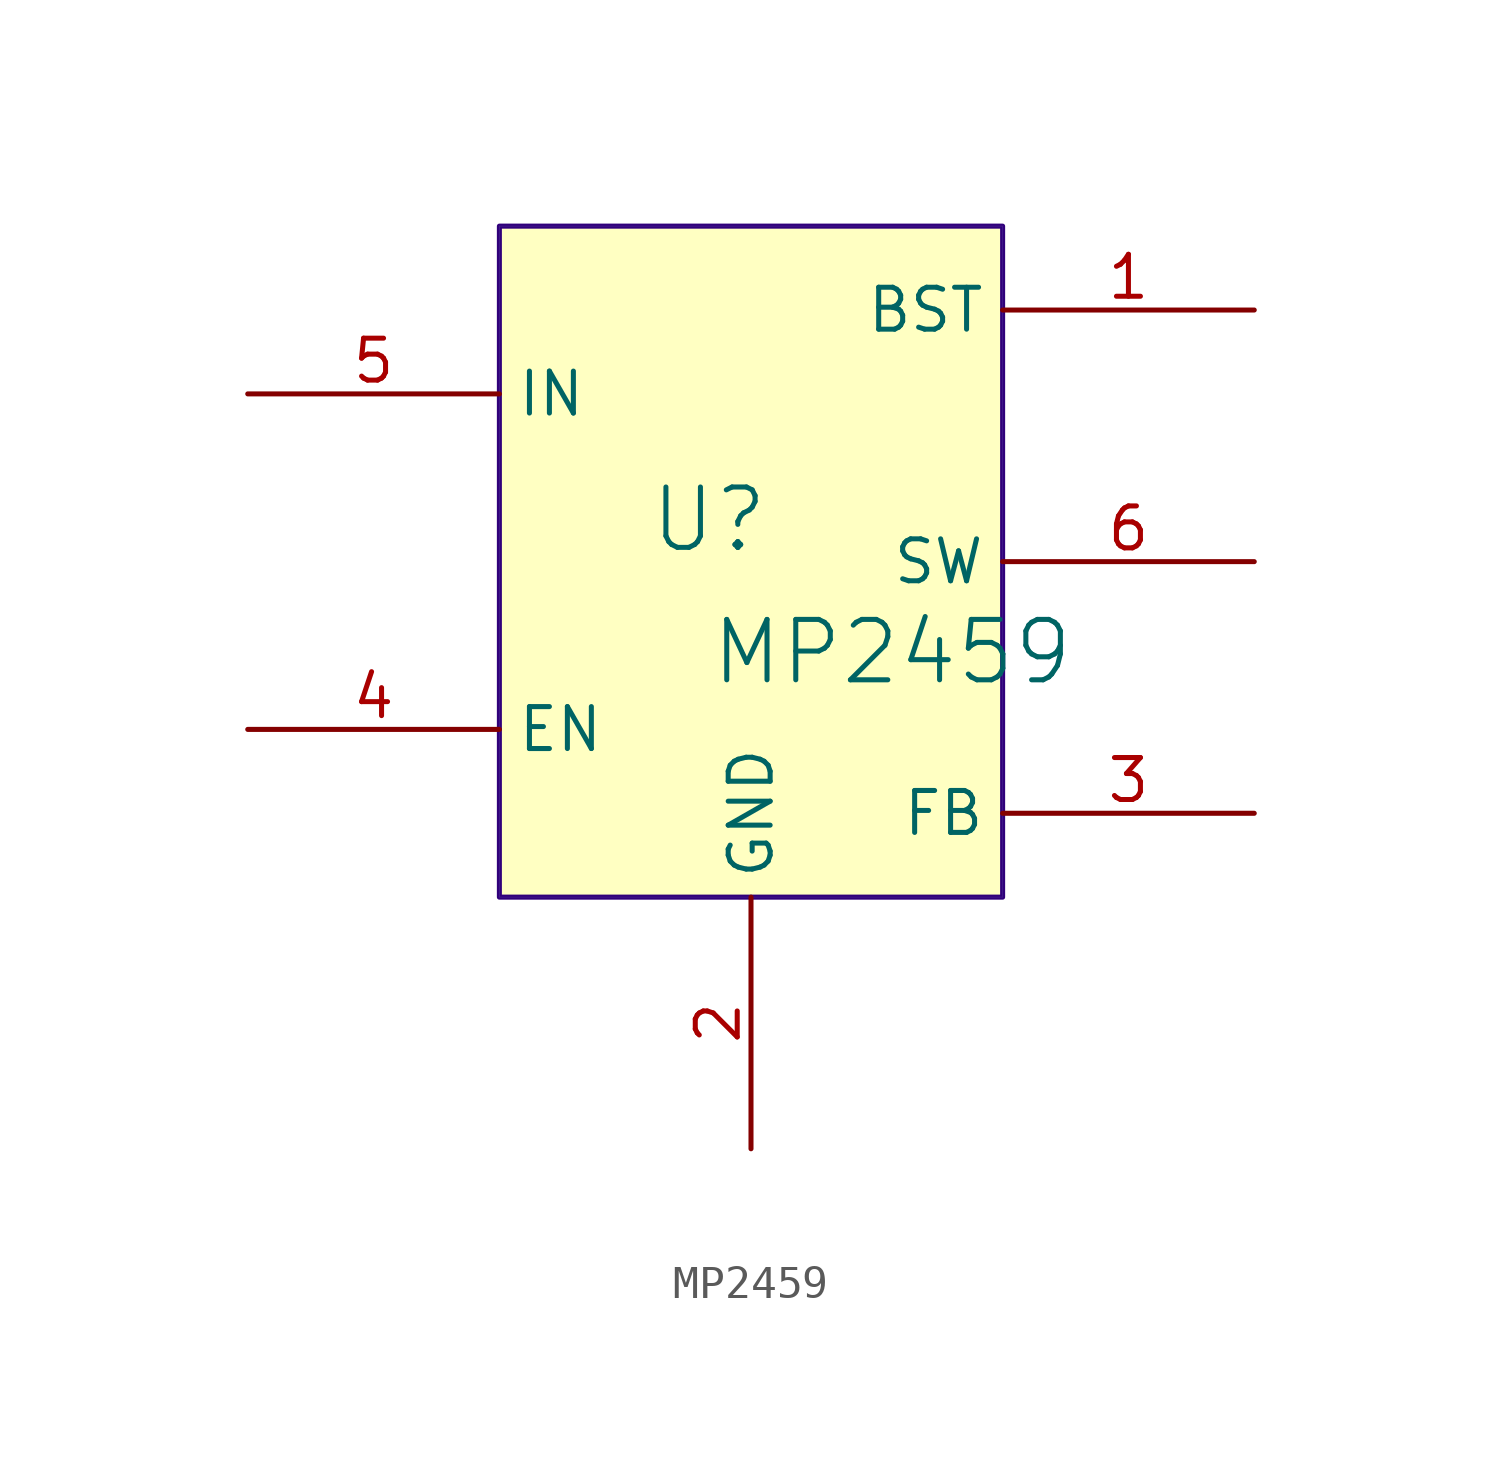
<source format=kicad_sym>
(kicad_symbol_lib
  (version 20241209)
  (generator "kicad_symbol_editor")
  (generator_version "9.0")
  (symbol "MP2459"
    (property "Reference" "U"
      (at -1.27 1.27 0)
      (effects (font (size 1.829 1.829))))
    (property "Value" "MP2459"
      (at -1.27 -3.81 0)
      (effects (font (size 1.829 1.829)) (justify left bottom)))
    (symbol "MP2459_1_0"
      (polyline (pts (xy -7.62 -10.16) (xy -7.62 10.16) (xy 7.62 10.16) (xy 7.62 -10.16) (xy -7.62 -10.16)) (stroke (width 0) (type solid) (color 48 0 123 1)) (fill (type none)))
      (rectangle (start 7.62 10.16) (end -7.62 -10.16) (stroke (width 0.025) (type solid) (color 66 28 139 1)) (fill (type background)))
      (pin passive line (at -15.24 5.08 0) (length 7.62) (name "IN" (effects (font (size 1.27 1.27)))) (number "5" (effects (font (size 1.27 1.27)))))
      (pin passive line (at -15.24 -5.08 0) (length 7.62) (name "EN" (effects (font (size 1.27 1.27)))) (number "4" (effects (font (size 1.27 1.27)))))
      (pin passive line (at 0 -17.78 90) (length 7.62) (name "GND" (effects (font (size 1.27 1.27)))) (number "2" (effects (font (size 1.27 1.27)))))
      (pin passive line (at 15.24 7.62 180) (length 7.62) (name "BST" (effects (font (size 1.27 1.27)))) (number "1" (effects (font (size 1.27 1.27)))))
      (pin passive line (at 15.24 0 180) (length 7.62) (name "SW" (effects (font (size 1.27 1.27)))) (number "6" (effects (font (size 1.27 1.27)))))
      (pin passive line (at 15.24 -7.62 180) (length 7.62) (name "FB" (effects (font (size 1.27 1.27)))) (number "3" (effects (font (size 1.27 1.27))))))))
</source>
